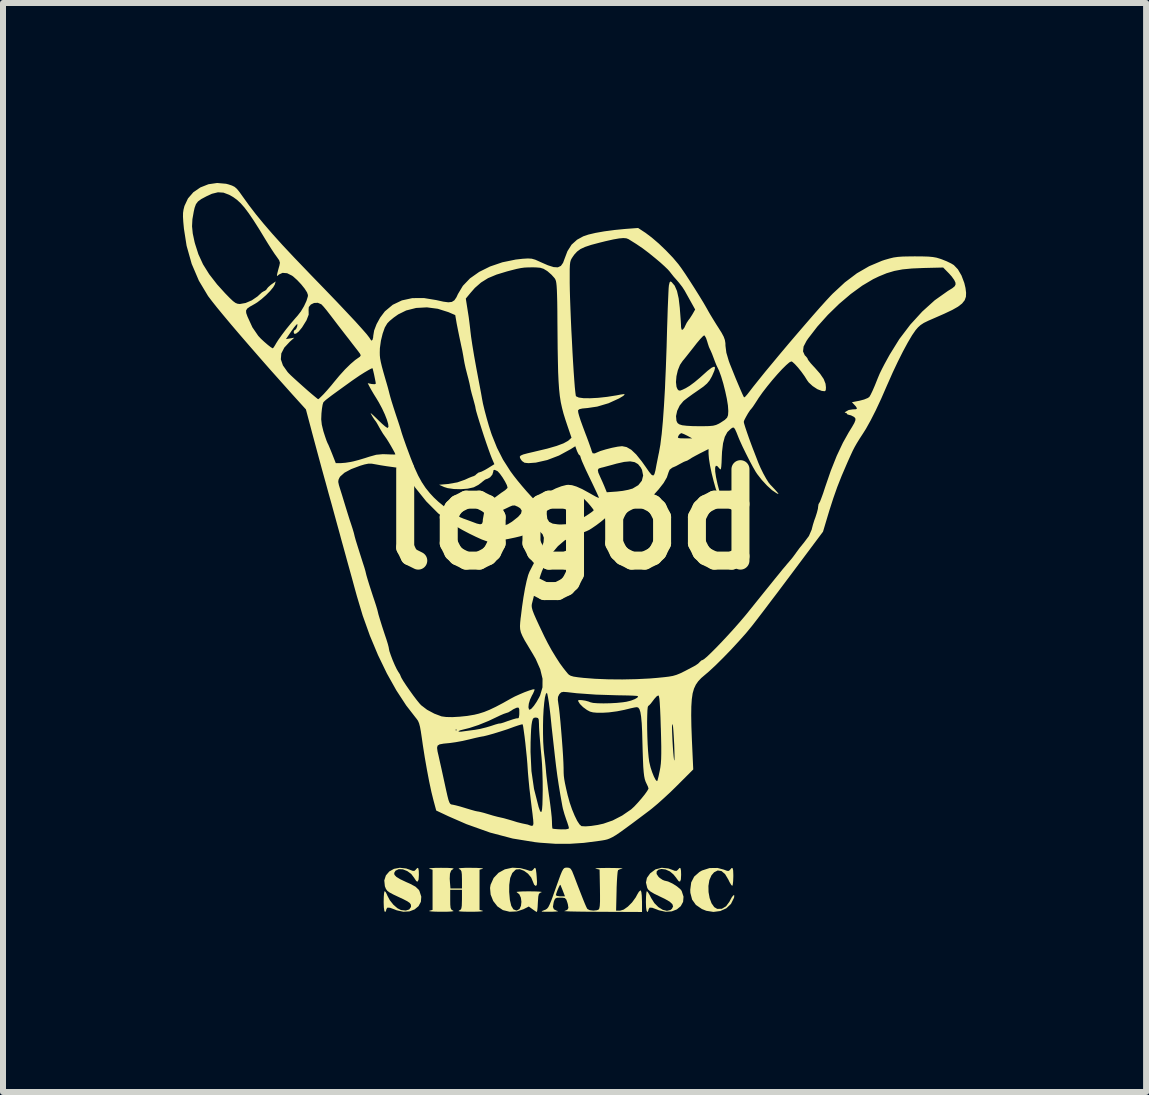
<source format=kicad_pcb>
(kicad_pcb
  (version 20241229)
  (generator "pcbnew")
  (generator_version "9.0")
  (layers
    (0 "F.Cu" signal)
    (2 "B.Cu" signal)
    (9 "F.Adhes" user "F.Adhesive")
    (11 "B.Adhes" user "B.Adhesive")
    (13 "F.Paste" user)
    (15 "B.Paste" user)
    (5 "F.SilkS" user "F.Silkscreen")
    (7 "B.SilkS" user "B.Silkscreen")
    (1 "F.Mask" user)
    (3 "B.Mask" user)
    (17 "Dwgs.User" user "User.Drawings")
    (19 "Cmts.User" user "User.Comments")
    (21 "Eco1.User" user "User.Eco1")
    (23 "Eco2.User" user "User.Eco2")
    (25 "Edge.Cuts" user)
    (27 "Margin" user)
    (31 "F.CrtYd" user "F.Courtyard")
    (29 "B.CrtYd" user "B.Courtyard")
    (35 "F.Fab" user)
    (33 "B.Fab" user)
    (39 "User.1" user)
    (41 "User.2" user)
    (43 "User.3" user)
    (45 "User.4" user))
  (footprint "logod"
    (layer "F.Cu")
    (at 6.498 5.605)
    (property "Reference" "logod" (at 0 0 0) (layer "F.SilkS") (effects (font (size 1.524 1.524) (thickness 0.3))))
    (attr board_only exclude_from_pos_files exclude_from_bom)
    (fp_poly (pts (xy 2.517 5.84) (xy 2.571 5.86) (xy 2.6 5.861) (xy 2.621 5.843) (xy 2.622 5.84) (xy 2.647 5.813) (xy 2.663 5.815) (xy 2.672 5.852) (xy 2.675 5.927) (xy 2.675 5.959) (xy 2.672 6.034) (xy 2.666 6.088) (xy 2.658 6.111) (xy 2.657 6.111) (xy 2.639 6.093) (xy 2.611 6.046) (xy 2.592 6.006) (xy 2.538 5.915) (xy 2.478 5.864) (xy 2.415 5.854) (xy 2.354 5.885) (xy 2.311 5.935) (xy 2.276 6.014) (xy 2.26 6.111) (xy 2.262 6.214) (xy 2.28 6.314) (xy 2.312 6.401) (xy 2.357 6.465) (xy 2.406 6.494) (xy 2.484 6.493) (xy 2.554 6.451) (xy 2.612 6.372) (xy 2.62 6.355) (xy 2.651 6.299) (xy 2.676 6.268) (xy 2.691 6.266) (xy 2.689 6.298) (xy 2.685 6.312) (xy 2.636 6.411) (xy 2.558 6.485) (xy 2.458 6.53) (xy 2.344 6.545) (xy 2.224 6.526) (xy 2.152 6.497) (xy 2.051 6.428) (xy 1.988 6.339) (xy 1.959 6.227) (xy 1.957 6.176) (xy 1.973 6.053) (xy 2.023 5.956) (xy 2.109 5.88) (xy 2.152 5.855) (xy 2.279 5.814) (xy 2.412 5.812)) (stroke (width 0) (type solid)) (fill yes) (layer "F.SilkS"))
    (fp_poly (pts (xy -1.604 5.811) (xy -1.536 5.815) (xy -1.5 5.82) (xy -1.5 5.826) (xy -1.501 5.826) (xy -1.555 5.841) (xy -1.555 6.511) (xy -1.501 6.526) (xy -1.499 6.532) (xy -1.535 6.537) (xy -1.601 6.541) (xy -1.693 6.542) (xy -1.696 6.542) (xy -1.808 6.541) (xy -1.878 6.537) (xy -1.905 6.531) (xy -1.897 6.523) (xy -1.872 6.509) (xy -1.858 6.486) (xy -1.851 6.442) (xy -1.849 6.369) (xy -1.848 6.34) (xy -1.848 6.176) (xy -2.044 6.176) (xy -2.044 6.34) (xy -2.043 6.424) (xy -2.038 6.476) (xy -2.026 6.504) (xy -2.004 6.52) (xy -1.995 6.523) (xy -1.989 6.532) (xy -2.025 6.538) (xy -2.102 6.542) (xy -2.196 6.542) (xy -2.289 6.541) (xy -2.356 6.537) (xy -2.393 6.532) (xy -2.393 6.526) (xy -2.392 6.526) (xy -2.338 6.511) (xy -2.338 5.841) (xy -2.392 5.826) (xy -2.394 5.82) (xy -2.358 5.815) (xy -2.291 5.811) (xy -2.2 5.81) (xy -2.196 5.81) (xy -2.088 5.811) (xy -2.018 5.815) (xy -1.987 5.821) (xy -1.992 5.828) (xy -2.029 5.856) (xy -2.048 5.908) (xy -2.052 5.992) (xy -2.048 6.051) (xy -2.04 6.154) (xy -1.848 6.154) (xy -1.848 6.001) (xy -1.85 5.92) (xy -1.856 5.872) (xy -1.87 5.845) (xy -1.894 5.83) (xy -1.897 5.829) (xy -1.903 5.82) (xy -1.868 5.814) (xy -1.791 5.81) (xy -1.696 5.81)) (stroke (width 0) (type solid)) (fill yes) (layer "F.SilkS"))
    (fp_poly (pts (xy -0.874 5.815) (xy -0.78 5.84) (xy -0.721 5.859) (xy -0.688 5.861) (xy -0.667 5.847) (xy -0.658 5.836) (xy -0.638 5.812) (xy -0.625 5.812) (xy -0.615 5.84) (xy -0.607 5.903) (xy -0.602 5.964) (xy -0.597 6.045) (xy -0.6 6.091) (xy -0.612 6.109) (xy -0.619 6.111) (xy -0.644 6.092) (xy -0.663 6.047) (xy -0.663 6.046) (xy -0.694 5.972) (xy -0.748 5.907) (xy -0.814 5.859) (xy -0.883 5.833) (xy -0.943 5.837) (xy -0.955 5.843) (xy -1.009 5.896) (xy -1.044 5.979) (xy -1.06 6.095) (xy -1.061 6.211) (xy -1.049 6.348) (xy -1.026 6.444) (xy -0.991 6.502) (xy -0.943 6.521) (xy -0.929 6.52) (xy -0.888 6.495) (xy -0.864 6.443) (xy -0.857 6.376) (xy -0.866 6.308) (xy -0.892 6.251) (xy -0.933 6.218) (xy -0.936 6.217) (xy -0.937 6.211) (xy -0.9 6.207) (xy -0.833 6.203) (xy -0.74 6.202) (xy -0.729 6.202) (xy -0.634 6.203) (xy -0.563 6.206) (xy -0.523 6.211) (xy -0.52 6.216) (xy -0.522 6.217) (xy -0.55 6.228) (xy -0.567 6.249) (xy -0.576 6.289) (xy -0.581 6.359) (xy -0.583 6.389) (xy -0.587 6.465) (xy -0.593 6.521) (xy -0.599 6.545) (xy -0.6 6.546) (xy -0.623 6.534) (xy -0.665 6.505) (xy -0.672 6.5) (xy -0.734 6.455) (xy -0.823 6.5) (xy -0.934 6.537) (xy -1.054 6.542) (xy -1.164 6.515) (xy -1.165 6.515) (xy -1.257 6.453) (xy -1.327 6.363) (xy -1.37 6.256) (xy -1.38 6.145) (xy -1.371 6.092) (xy -1.32 5.979) (xy -1.239 5.893) (xy -1.133 5.835) (xy -1.009 5.808)) (stroke (width 0) (type solid)) (fill yes) (layer "F.SilkS"))
    (fp_poly (pts (xy 1.594 5.821) (xy 1.642 5.838) (xy 1.698 5.859) (xy 1.728 5.861) (xy 1.749 5.845) (xy 1.753 5.84) (xy 1.779 5.811) (xy 1.795 5.817) (xy 1.803 5.859) (xy 1.805 5.926) (xy 1.801 6.003) (xy 1.787 6.039) (xy 1.764 6.033) (xy 1.729 5.986) (xy 1.725 5.979) (xy 1.677 5.92) (xy 1.618 5.87) (xy 1.618 5.87) (xy 1.544 5.837) (xy 1.478 5.829) (xy 1.427 5.841) (xy 1.397 5.87) (xy 1.396 5.912) (xy 1.429 5.961) (xy 1.449 5.979) (xy 1.495 6.01) (xy 1.529 6.024) (xy 1.531 6.024) (xy 1.588 6.038) (xy 1.661 6.072) (xy 1.734 6.118) (xy 1.792 6.166) (xy 1.814 6.195) (xy 1.845 6.291) (xy 1.838 6.377) (xy 1.799 6.449) (xy 1.734 6.503) (xy 1.648 6.536) (xy 1.546 6.542) (xy 1.435 6.518) (xy 1.395 6.502) (xy 1.322 6.475) (xy 1.279 6.474) (xy 1.262 6.501) (xy 1.261 6.514) (xy 1.249 6.542) (xy 1.24 6.546) (xy 1.229 6.525) (xy 1.221 6.47) (xy 1.218 6.387) (xy 1.218 6.372) (xy 1.22 6.291) (xy 1.225 6.23) (xy 1.232 6.2) (xy 1.234 6.198) (xy 1.251 6.216) (xy 1.28 6.263) (xy 1.305 6.312) (xy 1.359 6.398) (xy 1.426 6.465) (xy 1.499 6.51) (xy 1.568 6.527) (xy 1.628 6.513) (xy 1.652 6.492) (xy 1.671 6.454) (xy 1.659 6.415) (xy 1.613 6.373) (xy 1.53 6.326) (xy 1.457 6.291) (xy 1.358 6.243) (xy 1.293 6.204) (xy 1.255 6.171) (xy 1.24 6.144) (xy 1.219 6.055) (xy 1.235 5.978) (xy 1.289 5.902) (xy 1.377 5.836) (xy 1.481 5.809)) (stroke (width 0) (type solid)) (fill yes) (layer "F.SilkS"))
    (fp_poly (pts (xy -2.778 5.821) (xy -2.723 5.84) (xy -2.67 5.86) (xy -2.641 5.861) (xy -2.62 5.843) (xy -2.618 5.84) (xy -2.592 5.811) (xy -2.576 5.817) (xy -2.568 5.859) (xy -2.566 5.926) (xy -2.571 6.004) (xy -2.585 6.039) (xy -2.608 6.033) (xy -2.641 5.983) (xy -2.643 5.979) (xy -2.693 5.913) (xy -2.76 5.864) (xy -2.833 5.835) (xy -2.901 5.832) (xy -2.954 5.857) (xy -2.959 5.863) (xy -2.978 5.896) (xy -2.973 5.927) (xy -2.941 5.961) (xy -2.877 6) (xy -2.778 6.047) (xy -2.714 6.075) (xy -2.623 6.124) (xy -2.568 6.176) (xy -2.557 6.195) (xy -2.526 6.291) (xy -2.533 6.377) (xy -2.572 6.449) (xy -2.637 6.503) (xy -2.723 6.536) (xy -2.825 6.542) (xy -2.936 6.518) (xy -2.976 6.502) (xy -3.049 6.475) (xy -3.092 6.474) (xy -3.109 6.501) (xy -3.11 6.514) (xy -3.122 6.542) (xy -3.132 6.546) (xy -3.142 6.525) (xy -3.15 6.47) (xy -3.153 6.387) (xy -3.153 6.372) (xy -3.151 6.291) (xy -3.146 6.23) (xy -3.138 6.2) (xy -3.136 6.198) (xy -3.118 6.216) (xy -3.096 6.261) (xy -3.091 6.274) (xy -3.05 6.351) (xy -2.99 6.426) (xy -2.923 6.484) (xy -2.864 6.514) (xy -2.784 6.522) (xy -2.727 6.504) (xy -2.698 6.463) (xy -2.697 6.447) (xy -2.701 6.42) (xy -2.719 6.395) (xy -2.758 6.368) (xy -2.825 6.333) (xy -2.902 6.297) (xy -2.995 6.253) (xy -3.056 6.22) (xy -3.093 6.192) (xy -3.115 6.162) (xy -3.13 6.124) (xy -3.133 6.116) (xy -3.143 6.02) (xy -3.116 5.937) (xy -3.06 5.871) (xy -2.981 5.827) (xy -2.885 5.809)) (stroke (width 0) (type solid)) (fill yes) (layer "F.SilkS"))
    (fp_poly (pts (xy -0.062 5.81) (xy -0.036 5.826) (xy -0.012 5.865) (xy 0.016 5.935) (xy 0.019 5.942) (xy 0.083 6.11) (xy 0.134 6.241) (xy 0.173 6.34) (xy 0.202 6.411) (xy 0.223 6.459) (xy 0.237 6.487) (xy 0.244 6.497) (xy 0.282 6.516) (xy 0.341 6.523) (xy 0.401 6.517) (xy 0.43 6.506) (xy 0.441 6.487) (xy 0.449 6.444) (xy 0.453 6.372) (xy 0.453 6.265) (xy 0.452 6.164) (xy 0.446 5.839) (xy 0.381 5.825) (xy 0.376 5.82) (xy 0.41 5.816) (xy 0.475 5.813) (xy 0.567 5.812) (xy 0.598 5.812) (xy 0.697 5.813) (xy 0.773 5.815) (xy 0.82 5.818) (xy 0.831 5.821) (xy 0.826 5.822) (xy 0.778 5.836) (xy 0.754 5.849) (xy 0.747 5.876) (xy 0.741 5.938) (xy 0.735 6.027) (xy 0.73 6.137) (xy 0.729 6.195) (xy 0.721 6.524) (xy 0.788 6.524) (xy 0.848 6.506) (xy 0.917 6.457) (xy 0.987 6.387) (xy 1.048 6.303) (xy 1.073 6.256) (xy 1.101 6.209) (xy 1.126 6.187) (xy 1.132 6.188) (xy 1.142 6.214) (xy 1.149 6.272) (xy 1.152 6.352) (xy 1.153 6.373) (xy 1.153 6.546) (xy 0.484 6.543) (xy 0.321 6.542) (xy 0.175 6.541) (xy 0.051 6.539) (xy -0.046 6.537) (xy -0.112 6.534) (xy -0.142 6.532) (xy -0.141 6.53) (xy -0.093 6.511) (xy -0.074 6.479) (xy -0.082 6.422) (xy -0.089 6.396) (xy -0.108 6.34) (xy -0.132 6.314) (xy -0.177 6.307) (xy -0.207 6.307) (xy -0.266 6.309) (xy -0.296 6.325) (xy -0.314 6.365) (xy -0.321 6.393) (xy -0.332 6.461) (xy -0.316 6.501) (xy -0.268 6.525) (xy -0.25 6.53) (xy -0.249 6.535) (xy -0.285 6.539) (xy -0.35 6.542) (xy -0.381 6.542) (xy -0.465 6.542) (xy -0.51 6.54) (xy -0.521 6.535) (xy -0.503 6.526) (xy -0.48 6.517) (xy -0.452 6.506) (xy -0.429 6.49) (xy -0.408 6.464) (xy -0.386 6.42) (xy -0.358 6.353) (xy -0.326 6.266) (xy -0.283 6.266) (xy -0.264 6.278) (xy -0.217 6.285) (xy -0.207 6.285) (xy -0.131 6.285) (xy -0.167 6.192) (xy -0.19 6.135) (xy -0.205 6.098) (xy -0.209 6.092) (xy -0.22 6.104) (xy -0.239 6.143) (xy -0.26 6.193) (xy -0.276 6.239) (xy -0.283 6.266) (xy -0.326 6.266) (xy -0.323 6.256) (xy -0.285 6.149) (xy -0.24 6.023) (xy -0.207 5.933) (xy -0.182 5.872) (xy -0.161 5.834) (xy -0.143 5.815) (xy -0.123 5.808) (xy -0.099 5.806) (xy -0.098 5.806)) (stroke (width 0) (type solid)) (fill yes) (layer "F.SilkS"))
    (fp_poly (pts (xy -5.78 -5.592) (xy -5.738 -5.581) (xy -5.681 -5.562) (xy -5.637 -5.54) (xy -5.598 -5.506) (xy -5.554 -5.451) (xy -5.502 -5.378) (xy -5.396 -5.231) (xy -5.281 -5.081) (xy -5.152 -4.924) (xy -5.007 -4.756) (xy -4.841 -4.572) (xy -4.65 -4.368) (xy -4.432 -4.141) (xy -4.371 -4.077) (xy -4.139 -3.838) (xy -3.937 -3.628) (xy -3.766 -3.447) (xy -3.625 -3.297) (xy -3.516 -3.176) (xy -3.437 -3.086) (xy -3.39 -3.025) (xy -3.374 -2.999) (xy -3.357 -2.977) (xy -3.339 -2.99) (xy -3.328 -3.032) (xy -3.327 -3.055) (xy -3.312 -3.146) (xy -3.271 -3.253) (xy -3.211 -3.362) (xy -3.138 -3.459) (xy -3.131 -3.467) (xy -3.002 -3.575) (xy -2.849 -3.648) (xy -2.675 -3.686) (xy -2.481 -3.687) (xy -2.275 -3.653) (xy -2.158 -3.627) (xy -2.075 -3.616) (xy -2.016 -3.623) (xy -1.974 -3.65) (xy -1.955 -3.678) (xy -1.784 -3.678) (xy -1.752 -3.475) (xy -1.735 -3.367) (xy -1.721 -3.257) (xy -1.71 -3.164) (xy -1.708 -3.142) (xy -1.696 -3.043) (xy -1.675 -2.903) (xy -1.646 -2.727) (xy -1.608 -2.516) (xy -1.566 -2.294) (xy -1.547 -2.194) (xy -1.53 -2.104) (xy -1.518 -2.036) (xy -1.514 -2.012) (xy -1.498 -1.928) (xy -1.471 -1.816) (xy -1.437 -1.688) (xy -1.4 -1.559) (xy -1.362 -1.44) (xy -1.349 -1.403) (xy -1.263 -1.189) (xy -1.164 -0.994) (xy -1.04 -0.8) (xy -0.985 -0.725) (xy -0.918 -0.64) (xy -0.845 -0.552) (xy -0.771 -0.466) (xy -0.702 -0.39) (xy -0.645 -0.329) (xy -0.603 -0.292) (xy -0.587 -0.283) (xy -0.566 -0.301) (xy -0.555 -0.324) (xy -0.524 -0.367) (xy -0.462 -0.417) (xy -0.378 -0.467) (xy -0.285 -0.514) (xy -0.191 -0.55) (xy -0.109 -0.571) (xy -0.078 -0.574) (xy -0.014 -0.568) (xy 0.061 -0.545) (xy 0.155 -0.503) (xy 0.274 -0.438) (xy 0.332 -0.405) (xy 0.388 -0.374) (xy 0.425 -0.358) (xy 0.435 -0.358) (xy 0.426 -0.381) (xy 0.401 -0.437) (xy 0.363 -0.518) (xy 0.316 -0.617) (xy 0.283 -0.685) (xy 0.231 -0.794) (xy 0.218 -0.821) (xy 0.417 -0.821) (xy 0.425 -0.777) (xy 0.455 -0.708) (xy 0.491 -0.629) (xy 0.526 -0.548) (xy 0.531 -0.535) (xy 0.566 -0.45) (xy 0.734 -0.462) (xy 0.831 -0.473) (xy 0.924 -0.491) (xy 0.994 -0.511) (xy 0.995 -0.511) (xy 1.091 -0.568) (xy 1.15 -0.642) (xy 1.172 -0.729) (xy 1.153 -0.823) (xy 1.132 -0.863) (xy 1.087 -0.919) (xy 1.03 -0.952) (xy 0.955 -0.965) (xy 0.856 -0.956) (xy 0.727 -0.927) (xy 0.652 -0.906) (xy 0.574 -0.885) (xy 0.504 -0.866) (xy 0.473 -0.859) (xy 0.432 -0.846) (xy 0.417 -0.821) (xy 0.218 -0.821) (xy 0.187 -0.89) (xy 0.153 -0.967) (xy 0.134 -1.018) (xy 0.13 -1.032) (xy 0.121 -1.061) (xy 0.113 -1.066) (xy 0.095 -1.084) (xy 0.073 -1.129) (xy 0.068 -1.141) (xy 0.041 -1.217) (xy -0.04 -1.166) (xy -0.231 -1.062) (xy -0.427 -0.987) (xy -0.617 -0.944) (xy -0.74 -0.935) (xy -0.805 -0.942) (xy -0.846 -0.97) (xy -0.862 -0.991) (xy -0.88 -1.021) (xy -0.884 -1.044) (xy -0.868 -1.062) (xy -0.827 -1.08) (xy -0.756 -1.099) (xy -0.649 -1.124) (xy -0.625 -1.13) (xy -0.427 -1.177) (xy -0.271 -1.222) (xy -0.156 -1.265) (xy -0.083 -1.305) (xy -0.071 -1.314) (xy -0.022 -1.359) (xy -0.087 -1.549) (xy -0.124 -1.66) (xy -0.155 -1.76) (xy -0.18 -1.856) (xy -0.201 -1.952) (xy -0.217 -2.055) (xy -0.229 -2.169) (xy -0.238 -2.301) (xy -0.245 -2.454) (xy -0.249 -2.636) (xy -0.253 -2.85) (xy -0.255 -3.073) (xy -0.257 -3.293) (xy -0.258 -3.474) (xy -0.26 -3.619) (xy -0.263 -3.734) (xy -0.266 -3.822) (xy -0.27 -3.888) (xy -0.275 -3.935) (xy -0.281 -3.969) (xy -0.289 -3.992) (xy -0.299 -4.011) (xy -0.309 -4.024) (xy -0.353 -4.073) (xy -0.052 -4.073) (xy -0.052 -3.941) (xy -0.052 -3.938) (xy -0.05 -3.818) (xy -0.046 -3.674) (xy -0.04 -3.512) (xy -0.033 -3.338) (xy -0.025 -3.156) (xy -0.015 -2.972) (xy -0.006 -2.791) (xy 0.004 -2.618) (xy 0.014 -2.458) (xy 0.024 -2.318) (xy 0.033 -2.202) (xy 0.042 -2.115) (xy 0.049 -2.063) (xy 0.053 -2.05) (xy 0.098 -2.029) (xy 0.179 -2.018) (xy 0.289 -2.017) (xy 0.422 -2.024) (xy 0.57 -2.04) (xy 0.728 -2.065) (xy 0.799 -2.079) (xy 0.852 -2.086) (xy 0.865 -2.079) (xy 0.839 -2.055) (xy 0.774 -2.016) (xy 0.773 -2.015) (xy 0.596 -1.934) (xy 0.407 -1.878) (xy 0.245 -1.854) (xy 0.159 -1.846) (xy 0.11 -1.835) (xy 0.089 -1.819) (xy 0.087 -1.809) (xy 0.091 -1.775) (xy 0.105 -1.723) (xy 0.129 -1.648) (xy 0.167 -1.543) (xy 0.219 -1.404) (xy 0.223 -1.395) (xy 0.258 -1.301) (xy 0.287 -1.22) (xy 0.307 -1.163) (xy 0.313 -1.14) (xy 0.33 -1.1) (xy 0.365 -1.097) (xy 0.392 -1.109) (xy 0.458 -1.137) (xy 0.55 -1.165) (xy 0.652 -1.191) (xy 0.747 -1.21) (xy 0.819 -1.218) (xy 0.822 -1.218) (xy 0.896 -1.203) (xy 0.974 -1.158) (xy 1.057 -1.079) (xy 1.15 -0.963) (xy 1.209 -0.88) (xy 1.27 -0.792) (xy 1.312 -0.741) (xy 1.34 -0.728) (xy 1.36 -0.752) (xy 1.377 -0.815) (xy 1.393 -0.902) (xy 1.411 -0.992) (xy 1.429 -1.083) (xy 1.435 -1.109) (xy 1.459 -1.243) (xy 1.474 -1.367) (xy 1.751 -1.367) (xy 1.76 -1.354) (xy 1.796 -1.349) (xy 1.864 -1.348) (xy 1.989 -1.348) (xy 1.908 -1.392) (xy 1.853 -1.419) (xy 1.813 -1.434) (xy 1.806 -1.435) (xy 1.78 -1.418) (xy 1.761 -1.392) (xy 1.751 -1.367) (xy 1.474 -1.367) (xy 1.481 -1.419) (xy 1.501 -1.635) (xy 1.519 -1.89) (xy 1.536 -2.183) (xy 1.54 -2.287) (xy 1.719 -2.287) (xy 1.728 -2.207) (xy 1.745 -2.167) (xy 1.764 -2.148) (xy 1.788 -2.144) (xy 1.828 -2.159) (xy 1.882 -2.185) (xy 1.947 -2.224) (xy 2.029 -2.285) (xy 2.114 -2.356) (xy 2.154 -2.392) (xy 2.248 -2.476) (xy 2.315 -2.527) (xy 2.356 -2.544) (xy 2.371 -2.527) (xy 2.359 -2.476) (xy 2.322 -2.391) (xy 2.314 -2.375) (xy 2.279 -2.314) (xy 2.237 -2.263) (xy 2.177 -2.211) (xy 2.09 -2.15) (xy 2.08 -2.143) (xy 1.996 -2.085) (xy 1.919 -2.029) (xy 1.86 -1.984) (xy 1.842 -1.969) (xy 1.781 -1.895) (xy 1.739 -1.807) (xy 1.72 -1.719) (xy 1.727 -1.641) (xy 1.745 -1.604) (xy 1.773 -1.583) (xy 1.822 -1.567) (xy 1.899 -1.558) (xy 2.007 -1.552) (xy 2.154 -1.551) (xy 2.169 -1.551) (xy 2.268 -1.553) (xy 2.337 -1.559) (xy 2.388 -1.572) (xy 2.436 -1.594) (xy 2.466 -1.612) (xy 2.533 -1.656) (xy 2.571 -1.693) (xy 2.587 -1.735) (xy 2.591 -1.796) (xy 2.591 -1.812) (xy 2.585 -1.898) (xy 2.567 -2.009) (xy 2.54 -2.134) (xy 2.508 -2.261) (xy 2.473 -2.378) (xy 2.438 -2.475) (xy 2.409 -2.535) (xy 2.394 -2.566) (xy 2.37 -2.625) (xy 2.347 -2.687) (xy 2.32 -2.758) (xy 2.296 -2.813) (xy 2.284 -2.838) (xy 2.269 -2.871) (xy 2.25 -2.929) (xy 2.24 -2.963) (xy 2.22 -3.022) (xy 2.198 -3.059) (xy 2.188 -3.065) (xy 2.166 -3.048) (xy 2.124 -3.004) (xy 2.068 -2.938) (xy 2.012 -2.866) (xy 1.948 -2.785) (xy 1.892 -2.714) (xy 1.851 -2.663) (xy 1.831 -2.64) (xy 1.786 -2.573) (xy 1.75 -2.483) (xy 1.727 -2.384) (xy 1.719 -2.287) (xy 1.54 -2.287) (xy 1.55 -2.512) (xy 1.563 -2.876) (xy 1.566 -2.988) (xy 1.571 -3.176) (xy 1.577 -3.354) (xy 1.582 -3.516) (xy 1.588 -3.656) (xy 1.593 -3.77) (xy 1.597 -3.851) (xy 1.601 -3.894) (xy 1.601 -3.896) (xy 1.613 -3.948) (xy 1.627 -3.964) (xy 1.646 -3.954) (xy 1.697 -3.894) (xy 1.736 -3.805) (xy 1.764 -3.682) (xy 1.783 -3.521) (xy 1.784 -3.504) (xy 1.792 -3.399) (xy 1.799 -3.306) (xy 1.803 -3.236) (xy 1.804 -3.202) (xy 1.813 -3.161) (xy 1.832 -3.159) (xy 1.859 -3.194) (xy 1.871 -3.22) (xy 1.898 -3.275) (xy 1.923 -3.312) (xy 1.923 -3.313) (xy 1.949 -3.347) (xy 1.984 -3.401) (xy 1.994 -3.417) (xy 2.039 -3.496) (xy 1.974 -3.613) (xy 1.93 -3.692) (xy 1.887 -3.769) (xy 1.865 -3.809) (xy 1.825 -3.871) (xy 1.769 -3.943) (xy 1.735 -3.983) (xy 1.681 -4.044) (xy 1.635 -4.102) (xy 1.614 -4.129) (xy 1.584 -4.163) (xy 1.528 -4.217) (xy 1.455 -4.283) (xy 1.38 -4.346) (xy 1.263 -4.441) (xy 1.161 -4.518) (xy 1.056 -4.589) (xy 0.931 -4.667) (xy 0.926 -4.67) (xy 0.891 -4.683) (xy 0.841 -4.687) (xy 0.771 -4.681) (xy 0.674 -4.664) (xy 0.545 -4.635) (xy 0.441 -4.609) (xy 0.305 -4.573) (xy 0.203 -4.539) (xy 0.128 -4.504) (xy 0.071 -4.462) (xy 0.024 -4.411) (xy 0.005 -4.384) (xy -0.017 -4.351) (xy -0.033 -4.321) (xy -0.043 -4.286) (xy -0.049 -4.238) (xy -0.052 -4.17) (xy -0.052 -4.073) (xy -0.353 -4.073) (xy -0.358 -4.078) (xy -0.421 -4.133) (xy -0.436 -4.143) (xy -0.489 -4.175) (xy -0.544 -4.192) (xy -0.617 -4.198) (xy -0.666 -4.199) (xy -0.744 -4.198) (xy -0.807 -4.195) (xy -0.866 -4.187) (xy -0.935 -4.173) (xy -1.026 -4.15) (xy -1.098 -4.131) (xy -1.272 -4.078) (xy -1.413 -4.019) (xy -1.53 -3.946) (xy -1.633 -3.856) (xy -1.704 -3.775) (xy -1.784 -3.678) (xy -1.955 -3.678) (xy -1.94 -3.7) (xy -1.915 -3.754) (xy -1.833 -3.891) (xy -1.714 -4.015) (xy -1.561 -4.123) (xy -1.38 -4.213) (xy -1.175 -4.283) (xy -0.951 -4.329) (xy -0.834 -4.342) (xy -0.748 -4.347) (xy -0.684 -4.343) (xy -0.625 -4.326) (xy -0.549 -4.292) (xy -0.541 -4.288) (xy -0.415 -4.233) (xy -0.32 -4.203) (xy -0.25 -4.199) (xy -0.199 -4.223) (xy -0.163 -4.274) (xy -0.144 -4.325) (xy -0.09 -4.468) (xy -0.021 -4.577) (xy 0.07 -4.659) (xy 0.174 -4.716) (xy 0.259 -4.745) (xy 0.378 -4.773) (xy 0.525 -4.799) (xy 0.689 -4.821) (xy 0.863 -4.838) (xy 0.887 -4.84) (xy 1.088 -4.855) (xy 1.213 -4.773) (xy 1.315 -4.696) (xy 1.433 -4.595) (xy 1.554 -4.479) (xy 1.668 -4.36) (xy 1.76 -4.251) (xy 1.808 -4.186) (xy 1.873 -4.091) (xy 1.947 -3.978) (xy 2.027 -3.853) (xy 2.106 -3.727) (xy 2.178 -3.609) (xy 2.237 -3.507) (xy 2.26 -3.465) (xy 2.292 -3.41) (xy 2.34 -3.331) (xy 2.395 -3.242) (xy 2.424 -3.197) (xy 2.48 -3.108) (xy 2.515 -3.042) (xy 2.534 -2.989) (xy 2.543 -2.936) (xy 2.544 -2.892) (xy 2.559 -2.776) (xy 2.6 -2.637) (xy 2.618 -2.588) (xy 2.666 -2.469) (xy 2.713 -2.352) (xy 2.759 -2.243) (xy 2.799 -2.149) (xy 2.83 -2.079) (xy 2.85 -2.038) (xy 2.854 -2.031) (xy 2.872 -2.041) (xy 2.906 -2.079) (xy 2.942 -2.125) (xy 3.008 -2.211) (xy 3.097 -2.322) (xy 3.204 -2.455) (xy 3.327 -2.603) (xy 3.459 -2.762) (xy 3.597 -2.926) (xy 3.737 -3.09) (xy 3.873 -3.248) (xy 4.002 -3.397) (xy 4.119 -3.53) (xy 4.22 -3.642) (xy 4.3 -3.728) (xy 4.331 -3.76) (xy 4.535 -3.949) (xy 4.735 -4.1) (xy 4.939 -4.218) (xy 5.152 -4.308) (xy 5.197 -4.323) (xy 5.277 -4.346) (xy 5.346 -4.363) (xy 5.417 -4.373) (xy 5.501 -4.379) (xy 5.61 -4.381) (xy 5.698 -4.382) (xy 5.828 -4.381) (xy 5.926 -4.378) (xy 6.001 -4.371) (xy 6.063 -4.36) (xy 6.122 -4.342) (xy 6.151 -4.332) (xy 6.233 -4.299) (xy 6.307 -4.263) (xy 6.35 -4.237) (xy 6.418 -4.166) (xy 6.478 -4.063) (xy 6.525 -3.939) (xy 6.545 -3.855) (xy 6.555 -3.775) (xy 6.552 -3.708) (xy 6.531 -3.65) (xy 6.488 -3.596) (xy 6.42 -3.543) (xy 6.323 -3.488) (xy 6.192 -3.426) (xy 6.035 -3.357) (xy 5.927 -3.31) (xy 5.851 -3.273) (xy 5.796 -3.237) (xy 5.754 -3.199) (xy 5.714 -3.153) (xy 5.654 -3.066) (xy 5.583 -2.946) (xy 5.503 -2.798) (xy 5.418 -2.629) (xy 5.332 -2.447) (xy 5.248 -2.257) (xy 5.242 -2.244) (xy 5.141 -2.012) (xy 5.049 -1.815) (xy 4.965 -1.65) (xy 4.886 -1.508) (xy 4.84 -1.435) (xy 4.779 -1.341) (xy 4.734 -1.268) (xy 4.698 -1.205) (xy 4.665 -1.141) (xy 4.629 -1.063) (xy 4.583 -0.961) (xy 4.567 -0.924) (xy 4.481 -0.724) (xy 4.408 -0.539) (xy 4.342 -0.352) (xy 4.276 -0.147) (xy 4.248 -0.054) (xy 4.17 0.207) (xy 3.658 0.892) (xy 3.537 1.053) (xy 3.418 1.212) (xy 3.303 1.363) (xy 3.199 1.501) (xy 3.108 1.62) (xy 3.035 1.715) (xy 2.983 1.782) (xy 2.982 1.783) (xy 2.884 1.902) (xy 2.766 2.034) (xy 2.638 2.173) (xy 2.507 2.308) (xy 2.382 2.432) (xy 2.27 2.536) (xy 2.202 2.594) (xy 2.141 2.646) (xy 2.091 2.699) (xy 2.051 2.756) (xy 2.02 2.822) (xy 1.997 2.902) (xy 1.983 3) (xy 1.975 3.121) (xy 1.973 3.269) (xy 1.976 3.449) (xy 1.984 3.666) (xy 1.99 3.797) (xy 2.007 4.17) (xy 1.737 4.44) (xy 1.633 4.542) (xy 1.522 4.645) (xy 1.415 4.741) (xy 1.323 4.818) (xy 1.283 4.85) (xy 1.118 4.974) (xy 0.983 5.075) (xy 0.874 5.155) (xy 0.788 5.217) (xy 0.719 5.264) (xy 0.663 5.297) (xy 0.616 5.32) (xy 0.574 5.336) (xy 0.533 5.346) (xy 0.487 5.354) (xy 0.446 5.36) (xy 0.184 5.394) (xy -0.057 5.41) (xy -0.296 5.409) (xy -0.551 5.391) (xy -0.631 5.382) (xy -1.001 5.322) (xy -1.381 5.222) (xy -1.773 5.082) (xy -2.073 4.951) (xy -2.277 4.855) (xy -2.323 4.684) (xy -2.358 4.543) (xy -2.395 4.369) (xy -2.432 4.174) (xy -2.468 3.969) (xy -2.493 3.81) (xy -2.263 3.81) (xy -2.255 3.87) (xy -2.237 3.947) (xy -2.216 4.042) (xy -2.189 4.162) (xy -2.161 4.29) (xy -2.141 4.382) (xy -2.112 4.515) (xy -2.09 4.612) (xy -2.073 4.678) (xy -2.058 4.719) (xy -2.044 4.742) (xy -2.028 4.753) (xy -2.007 4.757) (xy -2 4.758) (xy -1.954 4.768) (xy -1.881 4.787) (xy -1.795 4.813) (xy -1.779 4.818) (xy -1.696 4.843) (xy -1.628 4.862) (xy -1.585 4.871) (xy -1.58 4.871) (xy -1.545 4.878) (xy -1.482 4.894) (xy -1.412 4.915) (xy -1.329 4.94) (xy -1.253 4.96) (xy -1.208 4.97) (xy -1.151 4.983) (xy -1.073 5.005) (xy -1.011 5.023) (xy -0.928 5.049) (xy -0.848 5.069) (xy -0.805 5.078) (xy -0.752 5.089) (xy -0.722 5.1) (xy -0.72 5.101) (xy -0.692 5.11) (xy -0.68 5.11) (xy -0.663 5.102) (xy -0.657 5.07) (xy -0.661 5.006) (xy -0.664 4.985) (xy -0.672 4.911) (xy -0.685 4.809) (xy -0.699 4.694) (xy -0.709 4.61) (xy -0.724 4.484) (xy -0.737 4.349) (xy -0.748 4.225) (xy -0.752 4.164) (xy -0.758 4.075) (xy -0.767 3.968) (xy -0.779 3.852) (xy -0.78 3.843) (xy -0.705 3.843) (xy -0.705 3.882) (xy -0.69 4.198) (xy -0.647 4.494) (xy -0.573 4.785) (xy -0.572 4.791) (xy -0.551 4.851) (xy -0.535 4.88) (xy -0.522 4.875) (xy -0.513 4.834) (xy -0.507 4.756) (xy -0.504 4.638) (xy -0.502 4.511) (xy -0.503 4.373) (xy -0.507 4.227) (xy -0.513 4.089) (xy -0.521 3.978) (xy -0.536 3.816) (xy -0.547 3.69) (xy -0.555 3.595) (xy -0.56 3.522) (xy -0.563 3.466) (xy -0.564 3.432) (xy -0.497 3.432) (xy -0.497 3.572) (xy -0.494 3.709) (xy -0.486 3.834) (xy -0.478 3.91) (xy -0.465 4.014) (xy -0.454 4.121) (xy -0.446 4.208) (xy -0.446 4.214) (xy -0.439 4.283) (xy -0.427 4.382) (xy -0.412 4.5) (xy -0.395 4.622) (xy -0.392 4.639) (xy -0.376 4.758) (xy -0.362 4.872) (xy -0.352 4.968) (xy -0.348 5.035) (xy -0.348 5.043) (xy -0.346 5.105) (xy -0.342 5.147) (xy -0.339 5.156) (xy -0.314 5.161) (xy -0.258 5.166) (xy -0.197 5.169) (xy -0.115 5.168) (xy -0.073 5.159) (xy -0.065 5.147) (xy -0.073 5.114) (xy -0.092 5.055) (xy -0.111 5.002) (xy -0.14 4.915) (xy -0.165 4.826) (xy -0.174 4.784) (xy -0.208 4.594) (xy -0.235 4.43) (xy -0.258 4.277) (xy -0.279 4.119) (xy -0.3 3.939) (xy -0.305 3.893) (xy -0.32 3.759) (xy -0.334 3.633) (xy -0.346 3.526) (xy -0.355 3.446) (xy -0.359 3.403) (xy -0.372 3.277) (xy -0.386 3.158) (xy -0.4 3.052) (xy -0.407 3.009) (xy -0.25 3.009) (xy -0.24 3.083) (xy -0.239 3.088) (xy -0.23 3.152) (xy -0.219 3.25) (xy -0.207 3.374) (xy -0.195 3.514) (xy -0.183 3.661) (xy -0.172 3.808) (xy -0.163 3.944) (xy -0.157 4.06) (xy -0.154 4.149) (xy -0.154 4.163) (xy -0.153 4.225) (xy -0.15 4.279) (xy -0.143 4.333) (xy -0.131 4.4) (xy -0.112 4.489) (xy -0.084 4.609) (xy -0.083 4.61) (xy -0.052 4.723) (xy -0.013 4.836) (xy 0.03 4.94) (xy 0.072 5.026) (xy 0.112 5.087) (xy 0.144 5.115) (xy 0.146 5.115) (xy 0.211 5.119) (xy 0.305 5.112) (xy 0.416 5.095) (xy 0.51 5.074) (xy 0.663 5.021) (xy 0.822 4.939) (xy 0.969 4.838) (xy 0.973 4.835) (xy 1.023 4.789) (xy 1.082 4.726) (xy 1.143 4.656) (xy 1.198 4.588) (xy 1.239 4.53) (xy 1.26 4.493) (xy 1.261 4.487) (xy 1.252 4.457) (xy 1.229 4.408) (xy 1.228 4.406) (xy 1.212 4.371) (xy 1.199 4.331) (xy 1.189 4.281) (xy 1.181 4.215) (xy 1.174 4.128) (xy 1.169 4.013) (xy 1.164 3.865) (xy 1.16 3.719) (xy 1.155 3.538) (xy 1.148 3.396) (xy 1.146 3.378) (xy 1.238 3.378) (xy 1.239 3.497) (xy 1.242 3.623) (xy 1.247 3.748) (xy 1.254 3.864) (xy 1.263 3.964) (xy 1.273 4.041) (xy 1.275 4.05) (xy 1.295 4.134) (xy 1.322 4.216) (xy 1.351 4.288) (xy 1.378 4.34) (xy 1.4 4.364) (xy 1.408 4.362) (xy 1.415 4.339) (xy 1.429 4.285) (xy 1.445 4.209) (xy 1.448 4.195) (xy 1.459 4.136) (xy 1.467 4.072) (xy 1.472 3.997) (xy 1.474 3.904) (xy 1.474 3.786) (xy 1.471 3.638) (xy 1.467 3.485) (xy 1.466 3.468) (xy 1.653 3.468) (xy 1.655 3.549) (xy 1.66 3.668) (xy 1.667 3.791) (xy 1.674 3.886) (xy 1.681 3.962) (xy 1.687 4.01) (xy 1.691 4.023) (xy 1.694 4.003) (xy 1.695 3.947) (xy 1.693 3.863) (xy 1.69 3.759) (xy 1.688 3.726) (xy 1.682 3.617) (xy 1.676 3.524) (xy 1.67 3.456) (xy 1.665 3.421) (xy 1.663 3.418) (xy 1.656 3.425) (xy 1.653 3.468) (xy 1.466 3.468) (xy 1.461 3.305) (xy 1.455 3.166) (xy 1.449 3.063) (xy 1.443 2.992) (xy 1.435 2.951) (xy 1.426 2.936) (xy 1.425 2.936) (xy 1.397 2.952) (xy 1.359 2.994) (xy 1.337 3.023) (xy 1.299 3.073) (xy 1.268 3.105) (xy 1.258 3.11) (xy 1.249 3.13) (xy 1.243 3.187) (xy 1.24 3.272) (xy 1.238 3.378) (xy 1.146 3.378) (xy 1.138 3.289) (xy 1.126 3.214) (xy 1.11 3.165) (xy 1.09 3.139) (xy 1.066 3.132) (xy 1.03 3.137) (xy 0.965 3.151) (xy 0.883 3.171) (xy 0.859 3.177) (xy 0.738 3.201) (xy 0.602 3.219) (xy 0.5 3.225) (xy 0.403 3.225) (xy 0.336 3.219) (xy 0.286 3.206) (xy 0.239 3.181) (xy 0.234 3.178) (xy 0.17 3.131) (xy 0.118 3.079) (xy 0.09 3.034) (xy 0.087 3.02) (xy 0.105 3.013) (xy 0.151 3.015) (xy 0.209 3.024) (xy 0.264 3.039) (xy 0.294 3.051) (xy 0.337 3.061) (xy 0.413 3.067) (xy 0.511 3.069) (xy 0.621 3.067) (xy 0.731 3.061) (xy 0.831 3.051) (xy 0.892 3.042) (xy 0.969 3.023) (xy 1.033 2.998) (xy 1.076 2.973) (xy 1.087 2.951) (xy 1.085 2.948) (xy 1.061 2.944) (xy 1.001 2.94) (xy 0.913 2.937) (xy 0.804 2.935) (xy 0.738 2.934) (xy 0.387 2.923) (xy 0.066 2.9) (xy -0.092 2.882) (xy -0.156 2.877) (xy -0.194 2.885) (xy -0.22 2.91) (xy -0.228 2.921) (xy -0.247 2.961) (xy -0.25 3.009) (xy -0.407 3.009) (xy -0.414 2.968) (xy -0.425 2.912) (xy -0.433 2.892) (xy -0.45 2.913) (xy -0.465 2.97) (xy -0.477 3.058) (xy -0.487 3.168) (xy -0.494 3.295) (xy -0.497 3.432) (xy -0.564 3.432) (xy -0.564 3.419) (xy -0.565 3.398) (xy -0.568 3.34) (xy -0.581 3.313) (xy -0.61 3.306) (xy -0.618 3.305) (xy -0.649 3.31) (xy -0.667 3.329) (xy -0.68 3.375) (xy -0.689 3.431) (xy -0.695 3.498) (xy -0.7 3.598) (xy -0.704 3.717) (xy -0.705 3.843) (xy -0.78 3.843) (xy -0.791 3.735) (xy -0.804 3.625) (xy -0.817 3.531) (xy -0.827 3.46) (xy -0.835 3.422) (xy -0.837 3.418) (xy -0.86 3.421) (xy -0.913 3.437) (xy -0.984 3.461) (xy -0.994 3.465) (xy -1.096 3.502) (xy -1.208 3.538) (xy -1.318 3.572) (xy -1.414 3.599) (xy -1.486 3.617) (xy -1.506 3.62) (xy -1.55 3.628) (xy -1.622 3.644) (xy -1.708 3.665) (xy -1.729 3.67) (xy -1.837 3.695) (xy -1.953 3.716) (xy -2.052 3.73) (xy -2.054 3.73) (xy -2.155 3.74) (xy -2.22 3.752) (xy -2.254 3.773) (xy -2.263 3.81) (xy -2.493 3.81) (xy -2.5 3.765) (xy -2.514 3.666) (xy -2.532 3.546) (xy -2.534 3.531) (xy -1.905 3.531) (xy -1.901 3.54) (xy -1.86 3.54) (xy -1.838 3.537) (xy -1.763 3.527) (xy -1.673 3.515) (xy -1.633 3.51) (xy -1.548 3.495) (xy -1.447 3.47) (xy -1.366 3.446) (xy -1.294 3.422) (xy -1.241 3.407) (xy -1.218 3.404) (xy -1.218 3.404) (xy -1.199 3.402) (xy -1.15 3.387) (xy -1.081 3.362) (xy -1.074 3.36) (xy -1 3.335) (xy -0.942 3.319) (xy -0.912 3.317) (xy -0.911 3.318) (xy -0.9 3.306) (xy -0.893 3.262) (xy -0.892 3.229) (xy -0.893 3.169) (xy -0.902 3.142) (xy -0.923 3.139) (xy -0.941 3.143) (xy -0.996 3.169) (xy -1.025 3.189) (xy -1.076 3.219) (xy -1.105 3.228) (xy -1.152 3.244) (xy -1.215 3.271) (xy -1.233 3.28) (xy -1.404 3.361) (xy -1.571 3.429) (xy -1.723 3.479) (xy -1.811 3.501) (xy -1.874 3.517) (xy -1.905 3.531) (xy -2.534 3.531) (xy -2.538 3.512) (xy -1.957 3.512) (xy -1.946 3.523) (xy -1.935 3.512) (xy -1.946 3.501) (xy -1.957 3.512) (xy -2.538 3.512) (xy -2.547 3.461) (xy -2.563 3.401) (xy -2.581 3.359) (xy -2.605 3.325) (xy -2.611 3.318) (xy -2.777 3.104) (xy -2.941 2.853) (xy -3.099 2.571) (xy -3.247 2.265) (xy -3.383 1.94) (xy -3.503 1.604) (xy -3.599 1.283) (xy -3.638 1.142) (xy -3.682 0.98) (xy -3.727 0.818) (xy -3.764 0.685) (xy -3.797 0.564) (xy -3.829 0.448) (xy -3.857 0.347) (xy -3.877 0.273) (xy -3.88 0.261) (xy -3.893 0.214) (xy -3.908 0.159) (xy -3.927 0.091) (xy -3.951 0.003) (xy -3.982 -0.11) (xy -4.021 -0.253) (xy -4.071 -0.431) (xy -4.078 -0.457) (xy -4.123 -0.622) (xy -3.91 -0.622) (xy -3.899 -0.57) (xy -3.877 -0.498) (xy -3.847 -0.403) (xy -3.813 -0.291) (xy -3.784 -0.196) (xy -3.753 -0.096) (xy -3.721 0.006) (xy -3.694 0.087) (xy -3.67 0.161) (xy -3.651 0.225) (xy -3.644 0.253) (xy -3.635 0.291) (xy -3.617 0.355) (xy -3.588 0.448) (xy -3.548 0.575) (xy -3.498 0.732) (xy -3.474 0.806) (xy -3.457 0.865) (xy -3.45 0.895) (xy -3.441 0.932) (xy -3.421 1.001) (xy -3.394 1.089) (xy -3.362 1.188) (xy -3.33 1.287) (xy -3.302 1.37) (xy -3.278 1.444) (xy -3.259 1.508) (xy -3.252 1.536) (xy -3.24 1.586) (xy -3.215 1.67) (xy -3.18 1.783) (xy -3.136 1.917) (xy -3.107 2.003) (xy -3.085 2.074) (xy -3.07 2.131) (xy -3.066 2.155) (xy -3.058 2.196) (xy -3.035 2.264) (xy -3.004 2.346) (xy -2.969 2.428) (xy -2.936 2.497) (xy -2.91 2.542) (xy -2.882 2.585) (xy -2.871 2.612) (xy -2.858 2.642) (xy -2.825 2.698) (xy -2.777 2.771) (xy -2.72 2.853) (xy -2.66 2.937) (xy -2.603 3.012) (xy -2.555 3.071) (xy -2.528 3.1) (xy -2.43 3.175) (xy -2.309 3.24) (xy -2.187 3.286) (xy -2.186 3.286) (xy -2.111 3.296) (xy -2.007 3.298) (xy -1.886 3.291) (xy -1.76 3.278) (xy -1.641 3.258) (xy -1.567 3.24) (xy -1.478 3.212) (xy -1.387 3.175) (xy -1.284 3.126) (xy -1.161 3.061) (xy -1.033 2.989) (xy -0.967 2.954) (xy -0.887 2.918) (xy -0.805 2.883) (xy -0.729 2.855) (xy -0.671 2.837) (xy -0.64 2.833) (xy -0.639 2.834) (xy -0.642 2.857) (xy -0.663 2.905) (xy -0.683 2.941) (xy -0.714 3.008) (xy -0.734 3.075) (xy -0.74 3.133) (xy -0.731 3.169) (xy -0.719 3.175) (xy -0.69 3.157) (xy -0.649 3.11) (xy -0.604 3.044) (xy -0.561 2.968) (xy -0.545 2.935) (xy -0.506 2.802) (xy -0.505 2.658) (xy -0.543 2.501) (xy -0.619 2.328) (xy -0.671 2.238) (xy -0.746 2.113) (xy -0.803 2.018) (xy -0.841 1.945) (xy -0.866 1.886) (xy -0.878 1.833) (xy -0.881 1.78) (xy -0.877 1.717) (xy -0.869 1.638) (xy -0.868 1.637) (xy -0.847 1.465) (xy -0.844 1.444) (xy -0.686 1.444) (xy -0.682 1.478) (xy -0.67 1.522) (xy -0.647 1.582) (xy -0.612 1.662) (xy -0.563 1.768) (xy -0.497 1.907) (xy -0.473 1.957) (xy -0.418 2.065) (xy -0.353 2.183) (xy -0.283 2.298) (xy -0.218 2.399) (xy -0.164 2.473) (xy -0.162 2.476) (xy -0.127 2.52) (xy -0.09 2.566) (xy -0.066 2.591) (xy -0.035 2.609) (xy 0.014 2.623) (xy 0.088 2.634) (xy 0.177 2.644) (xy 0.37 2.659) (xy 0.591 2.668) (xy 0.826 2.67) (xy 1.062 2.665) (xy 1.283 2.654) (xy 1.404 2.644) (xy 1.516 2.633) (xy 1.6 2.623) (xy 1.668 2.611) (xy 1.729 2.593) (xy 1.793 2.567) (xy 1.87 2.529) (xy 1.971 2.476) (xy 2.042 2.438) (xy 2.089 2.406) (xy 2.116 2.378) (xy 2.146 2.351) (xy 2.159 2.348) (xy 2.187 2.332) (xy 2.238 2.289) (xy 2.308 2.222) (xy 2.393 2.137) (xy 2.487 2.039) (xy 2.586 1.933) (xy 2.686 1.823) (xy 2.781 1.715) (xy 2.867 1.614) (xy 2.904 1.569) (xy 3.057 1.379) (xy 3.185 1.22) (xy 3.291 1.089) (xy 3.377 0.982) (xy 3.446 0.898) (xy 3.499 0.832) (xy 3.541 0.783) (xy 3.572 0.745) (xy 3.596 0.718) (xy 3.6 0.713) (xy 3.655 0.648) (xy 3.711 0.573) (xy 3.724 0.554) (xy 3.778 0.481) (xy 3.837 0.408) (xy 3.851 0.391) (xy 3.935 0.279) (xy 3.981 0.173) (xy 3.988 0.144) (xy 4.002 0.091) (xy 4.025 0.017) (xy 4.044 -0.034) (xy 4.068 -0.109) (xy 4.085 -0.175) (xy 4.088 -0.206) (xy 4.095 -0.251) (xy 4.106 -0.27) (xy 4.12 -0.294) (xy 4.142 -0.351) (xy 4.172 -0.433) (xy 4.204 -0.531) (xy 4.206 -0.537) (xy 4.3 -0.81) (xy 4.399 -1.058) (xy 4.502 -1.276) (xy 4.597 -1.446) (xy 4.655 -1.54) (xy 4.692 -1.605) (xy 4.709 -1.648) (xy 4.711 -1.676) (xy 4.698 -1.696) (xy 4.685 -1.707) (xy 4.636 -1.732) (xy 4.605 -1.739) (xy 4.573 -1.75) (xy 4.567 -1.763) (xy 4.552 -1.775) (xy 4.54 -1.771) (xy 4.531 -1.772) (xy 4.548 -1.793) (xy 4.598 -1.821) (xy 4.662 -1.831) (xy 4.72 -1.834) (xy 4.737 -1.848) (xy 4.717 -1.881) (xy 4.696 -1.904) (xy 4.652 -1.951) (xy 4.78 -1.976) (xy 4.855 -1.996) (xy 4.916 -2.021) (xy 4.942 -2.039) (xy 4.964 -2.076) (xy 4.996 -2.142) (xy 5.032 -2.225) (xy 5.047 -2.262) (xy 5.083 -2.352) (xy 5.115 -2.428) (xy 5.151 -2.502) (xy 5.194 -2.585) (xy 5.251 -2.689) (xy 5.282 -2.745) (xy 5.442 -3.003) (xy 5.625 -3.244) (xy 5.824 -3.462) (xy 6.032 -3.65) (xy 6.245 -3.801) (xy 6.257 -3.809) (xy 6.327 -3.852) (xy 6.365 -3.884) (xy 6.379 -3.912) (xy 6.378 -3.943) (xy 6.357 -3.988) (xy 6.314 -4.048) (xy 6.27 -4.097) (xy 6.173 -4.196) (xy 5.843 -4.188) (xy 5.653 -4.18) (xy 5.496 -4.165) (xy 5.359 -4.139) (xy 5.231 -4.101) (xy 5.102 -4.048) (xy 5.006 -4.002) (xy 4.824 -3.894) (xy 4.632 -3.754) (xy 4.438 -3.589) (xy 4.25 -3.406) (xy 4.076 -3.212) (xy 3.923 -3.014) (xy 3.895 -2.973) (xy 3.846 -2.879) (xy 3.837 -2.798) (xy 3.866 -2.733) (xy 3.883 -2.717) (xy 3.91 -2.685) (xy 3.914 -2.67) (xy 3.929 -2.646) (xy 3.966 -2.599) (xy 4.019 -2.541) (xy 4.029 -2.531) (xy 4.121 -2.426) (xy 4.181 -2.338) (xy 4.212 -2.259) (xy 4.219 -2.199) (xy 4.216 -2.15) (xy 4.199 -2.134) (xy 4.155 -2.139) (xy 4.148 -2.14) (xy 4.076 -2.168) (xy 3.997 -2.22) (xy 3.932 -2.28) (xy 3.905 -2.317) (xy 3.863 -2.384) (xy 3.81 -2.458) (xy 3.754 -2.528) (xy 3.701 -2.586) (xy 3.66 -2.623) (xy 3.642 -2.631) (xy 3.609 -2.615) (xy 3.556 -2.569) (xy 3.487 -2.501) (xy 3.408 -2.415) (xy 3.324 -2.318) (xy 3.24 -2.215) (xy 3.162 -2.114) (xy 3.095 -2.019) (xy 3.077 -1.99) (xy 3.034 -1.924) (xy 3 -1.873) (xy 2.981 -1.849) (xy 2.981 -1.848) (xy 2.954 -1.817) (xy 2.919 -1.764) (xy 2.885 -1.704) (xy 2.858 -1.652) (xy 2.849 -1.623) (xy 2.856 -1.592) (xy 2.875 -1.53) (xy 2.903 -1.447) (xy 2.936 -1.352) (xy 2.971 -1.256) (xy 3.004 -1.168) (xy 3.019 -1.131) (xy 3.038 -1.081) (xy 3.066 -1.009) (xy 3.09 -0.946) (xy 3.128 -0.858) (xy 3.174 -0.764) (xy 3.222 -0.677) (xy 3.265 -0.609) (xy 3.293 -0.575) (xy 3.321 -0.546) (xy 3.365 -0.499) (xy 3.382 -0.48) (xy 3.419 -0.437) (xy 3.429 -0.421) (xy 3.411 -0.426) (xy 3.394 -0.435) (xy 3.32 -0.485) (xy 3.236 -0.562) (xy 3.15 -0.655) (xy 3.074 -0.752) (xy 3.048 -0.791) (xy 3.002 -0.871) (xy 2.945 -0.977) (xy 2.885 -1.096) (xy 2.828 -1.213) (xy 2.782 -1.314) (xy 2.763 -1.359) (xy 2.728 -1.447) (xy 2.704 -1.5) (xy 2.686 -1.525) (xy 2.668 -1.529) (xy 2.645 -1.516) (xy 2.636 -1.51) (xy 2.576 -1.453) (xy 2.533 -1.374) (xy 2.504 -1.267) (xy 2.487 -1.126) (xy 2.483 -1.048) (xy 2.479 -0.943) (xy 2.474 -0.875) (xy 2.468 -0.839) (xy 2.46 -0.83) (xy 2.447 -0.841) (xy 2.443 -0.847) (xy 2.406 -0.888) (xy 2.383 -0.891) (xy 2.372 -0.859) (xy 2.373 -0.795) (xy 2.387 -0.701) (xy 2.413 -0.581) (xy 2.451 -0.438) (xy 2.488 -0.31) (xy 2.505 -0.251) (xy 2.506 -0.228) (xy 2.494 -0.24) (xy 2.471 -0.284) (xy 2.439 -0.356) (xy 2.418 -0.407) (xy 2.382 -0.51) (xy 2.347 -0.634) (xy 2.314 -0.766) (xy 2.287 -0.895) (xy 2.269 -1.008) (xy 2.262 -1.092) (xy 2.262 -1.094) (xy 2.262 -1.17) (xy 2.121 -1.099) (xy 2.047 -1.06) (xy 1.985 -1.026) (xy 1.949 -1.002) (xy 1.948 -1.002) (xy 1.906 -0.977) (xy 1.887 -0.971) (xy 1.851 -0.957) (xy 1.798 -0.929) (xy 1.783 -0.921) (xy 1.721 -0.887) (xy 1.666 -0.863) (xy 1.658 -0.86) (xy 1.614 -0.826) (xy 1.597 -0.787) (xy 1.567 -0.697) (xy 1.513 -0.604) (xy 1.431 -0.499) (xy 1.381 -0.443) (xy 1.25 -0.301) (xy 1.107 -0.295) (xy 1.008 -0.286) (xy 0.92 -0.27) (xy 0.851 -0.25) (xy 0.811 -0.228) (xy 0.805 -0.216) (xy 0.788 -0.196) (xy 0.783 -0.196) (xy 0.754 -0.183) (xy 0.703 -0.149) (xy 0.639 -0.102) (xy 0.574 -0.05) (xy 0.519 -0.001) (xy 0.466 0.043) (xy 0.393 0.098) (xy 0.317 0.15) (xy 0.274 0.177) (xy 0.232 0.197) (xy 0.153 0.228) (xy 0.042 0.27) (xy -0.028 0.295) (xy -0.138 0.354) (xy -0.248 0.448) (xy -0.351 0.57) (xy -0.442 0.71) (xy -0.514 0.862) (xy -0.541 0.939) (xy -0.562 1.006) (xy -0.59 1.085) (xy -0.599 1.109) (xy -0.622 1.177) (xy -0.639 1.235) (xy -0.643 1.25) (xy -0.654 1.299) (xy -0.671 1.366) (xy -0.675 1.382) (xy -0.683 1.413) (xy -0.686 1.444) (xy -0.844 1.444) (xy -0.823 1.301) (xy -0.797 1.152) (xy -0.77 1.026) (xy -0.744 0.929) (xy -0.722 0.873) (xy -0.694 0.819) (xy -0.653 0.739) (xy -0.605 0.648) (xy -0.58 0.6) (xy -0.52 0.477) (xy -0.488 0.382) (xy -0.483 0.308) (xy -0.505 0.249) (xy -0.555 0.199) (xy -0.592 0.174) (xy -0.638 0.149) (xy -0.664 0.147) (xy -0.689 0.171) (xy -0.698 0.182) (xy -0.743 0.223) (xy -0.806 0.26) (xy -0.819 0.266) (xy -0.877 0.284) (xy -0.964 0.305) (xy -1.069 0.327) (xy -1.18 0.348) (xy -1.282 0.364) (xy -1.363 0.374) (xy -1.392 0.375) (xy -1.44 0.365) (xy -1.518 0.337) (xy -1.615 0.293) (xy -1.726 0.239) (xy -1.84 0.179) (xy -1.95 0.116) (xy -2.038 0.06) (xy -2.244 -0.098) (xy -2.443 -0.298) (xy -2.633 -0.535) (xy -2.812 -0.808) (xy -2.816 -0.815) (xy -2.846 -0.838) (xy -2.909 -0.857) (xy -3.001 -0.87) (xy -3.102 -0.884) (xy -3.204 -0.9) (xy -3.28 -0.914) (xy -3.349 -0.926) (xy -3.406 -0.927) (xy -3.471 -0.914) (xy -3.542 -0.893) (xy -3.694 -0.836) (xy -3.806 -0.776) (xy -3.877 -0.713) (xy -3.89 -0.693) (xy -3.906 -0.658) (xy -3.91 -0.622) (xy -4.123 -0.622) (xy -4.128 -0.639) (xy -4.184 -0.842) (xy -4.241 -1.052) (xy -4.296 -1.256) (xy -4.345 -1.439) (xy -4.369 -1.53) (xy -4.405 -1.665) (xy -4.194 -1.665) (xy -4.184 -1.575) (xy -4.159 -1.472) (xy -4.154 -1.455) (xy -4.128 -1.375) (xy -4.106 -1.311) (xy -4.091 -1.275) (xy -4.09 -1.272) (xy -4.075 -1.243) (xy -4.05 -1.184) (xy -4.019 -1.108) (xy -4.013 -1.093) (xy -3.951 -0.935) (xy -3.862 -0.936) (xy -3.788 -0.942) (xy -3.699 -0.956) (xy -3.653 -0.966) (xy -3.566 -0.989) (xy -3.463 -1.02) (xy -3.392 -1.043) (xy -3.277 -1.075) (xy -3.167 -1.085) (xy -3.104 -1.083) (xy -3.031 -1.08) (xy -2.978 -1.079) (xy -2.958 -1.081) (xy -2.958 -1.082) (xy -2.968 -1.107) (xy -2.995 -1.157) (xy -3.031 -1.221) (xy -3.07 -1.287) (xy -3.106 -1.344) (xy -3.131 -1.379) (xy -3.132 -1.381) (xy -3.164 -1.426) (xy -3.203 -1.491) (xy -3.221 -1.522) (xy -3.253 -1.58) (xy -3.277 -1.621) (xy -3.284 -1.631) (xy -3.304 -1.657) (xy -3.333 -1.7) (xy -3.358 -1.743) (xy -3.371 -1.769) (xy -3.371 -1.77) (xy -3.357 -1.76) (xy -3.319 -1.726) (xy -3.265 -1.674) (xy -3.242 -1.651) (xy -3.18 -1.592) (xy -3.128 -1.547) (xy -3.094 -1.524) (xy -3.088 -1.522) (xy -3.073 -1.54) (xy -3.078 -1.588) (xy -3.099 -1.66) (xy -3.134 -1.749) (xy -3.18 -1.848) (xy -3.235 -1.95) (xy -3.274 -2.015) (xy -3.32 -2.089) (xy -3.362 -2.161) (xy -3.382 -2.197) (xy -3.419 -2.268) (xy -3.351 -2.254) (xy -3.305 -2.251) (xy -3.284 -2.259) (xy -3.284 -2.261) (xy -3.288 -2.289) (xy -3.299 -2.344) (xy -3.312 -2.409) (xy -3.326 -2.469) (xy -3.336 -2.509) (xy -3.339 -2.517) (xy -3.359 -2.512) (xy -3.407 -2.486) (xy -3.475 -2.446) (xy -3.554 -2.396) (xy -3.636 -2.34) (xy -3.678 -2.311) (xy -3.821 -2.208) (xy -3.933 -2.127) (xy -4.017 -2.066) (xy -4.077 -2.02) (xy -4.118 -1.988) (xy -4.143 -1.965) (xy -4.157 -1.95) (xy -4.16 -1.945) (xy -4.171 -1.908) (xy -4.182 -1.842) (xy -4.19 -1.765) (xy -4.194 -1.665) (xy -4.405 -1.665) (xy -4.449 -1.831) (xy -4.678 -2.084) (xy -4.862 -2.29) (xy -5.045 -2.495) (xy -5.195 -2.666) (xy -4.867 -2.666) (xy -4.832 -2.564) (xy -4.755 -2.455) (xy -4.737 -2.435) (xy -4.702 -2.4) (xy -4.645 -2.347) (xy -4.574 -2.283) (xy -4.496 -2.213) (xy -4.418 -2.144) (xy -4.347 -2.083) (xy -4.289 -2.035) (xy -4.253 -2.006) (xy -4.243 -2.001) (xy -4.225 -2.015) (xy -4.187 -2.052) (xy -4.154 -2.085) (xy -4.095 -2.15) (xy -4.027 -2.229) (xy -3.981 -2.286) (xy -3.891 -2.394) (xy -3.797 -2.498) (xy -3.706 -2.587) (xy -3.628 -2.654) (xy -3.594 -2.678) (xy -3.548 -2.71) (xy -3.535 -2.734) (xy -3.549 -2.761) (xy -3.549 -2.762) (xy -3.564 -2.781) (xy -3.218 -2.781) (xy -3.217 -2.731) (xy -3.212 -2.681) (xy -3.201 -2.622) (xy -3.183 -2.546) (xy -3.156 -2.447) (xy -3.118 -2.315) (xy -3.107 -2.278) (xy -3.084 -2.198) (xy -3.066 -2.13) (xy -3.056 -2.09) (xy -3.044 -2.045) (xy -3.021 -1.966) (xy -2.988 -1.861) (xy -2.948 -1.738) (xy -2.91 -1.625) (xy -2.886 -1.551) (xy -2.867 -1.49) (xy -2.859 -1.462) (xy -2.848 -1.426) (xy -2.826 -1.36) (xy -2.796 -1.275) (xy -2.776 -1.218) (xy -2.703 -1.022) (xy -2.639 -0.861) (xy -2.578 -0.728) (xy -2.517 -0.617) (xy -2.453 -0.521) (xy -2.382 -0.433) (xy -2.316 -0.362) (xy -2.239 -0.29) (xy -2.147 -0.215) (xy -2.05 -0.142) (xy -1.956 -0.079) (xy -1.875 -0.032) (xy -1.817 -0.008) (xy -1.816 -0.008) (xy -1.785 0.003) (xy -1.728 0.024) (xy -1.685 0.04) (xy -1.599 0.072) (xy -1.544 0.084) (xy -1.514 0.074) (xy -1.502 0.042) (xy -1.502 0.037) (xy -1.343 0.037) (xy -1.339 0.056) (xy -1.326 0.088) (xy -1.3 0.103) (xy -1.248 0.108) (xy -1.217 0.109) (xy -1.145 0.104) (xy -1.085 0.084) (xy -1.016 0.042) (xy -1 0.03) (xy -0.912 -0.04) (xy -0.87 -0.088) (xy -0.435 -0.088) (xy -0.426 -0.009) (xy -0.395 0.043) (xy -0.335 0.073) (xy -0.243 0.086) (xy -0.195 0.087) (xy -0.084 0.081) (xy 0.002 0.061) (xy 0.05 0.041) (xy 0.122 0.002) (xy 0.197 -0.042) (xy 0.266 -0.086) (xy 0.319 -0.123) (xy 0.346 -0.147) (xy 0.348 -0.151) (xy 0.335 -0.172) (xy 0.3 -0.217) (xy 0.251 -0.275) (xy 0.248 -0.278) (xy 0.177 -0.35) (xy 0.115 -0.385) (xy 0.052 -0.386) (xy -0.023 -0.355) (xy -0.054 -0.337) (xy -0.113 -0.304) (xy -0.161 -0.285) (xy -0.174 -0.283) (xy -0.211 -0.274) (xy -0.271 -0.251) (xy -0.321 -0.229) (xy -0.385 -0.197) (xy -0.419 -0.171) (xy -0.433 -0.139) (xy -0.435 -0.088) (xy -0.87 -0.088) (xy -0.863 -0.097) (xy -0.852 -0.144) (xy -0.878 -0.184) (xy -0.916 -0.208) (xy -0.967 -0.23) (xy -1.008 -0.228) (xy -1.052 -0.21) (xy -1.114 -0.18) (xy -1.191 -0.145) (xy -1.222 -0.13) (xy -1.301 -0.084) (xy -1.34 -0.03) (xy -1.343 0.037) (xy -1.502 0.037) (xy -1.5 0.005) (xy -1.478 -0.118) (xy -1.416 -0.238) (xy -1.317 -0.349) (xy -1.184 -0.447) (xy -1.18 -0.449) (xy -1.126 -0.486) (xy -1.093 -0.518) (xy -1.088 -0.529) (xy -1.1 -0.57) (xy -1.131 -0.631) (xy -1.172 -0.698) (xy -1.215 -0.758) (xy -1.251 -0.798) (xy -1.26 -0.804) (xy -1.304 -0.824) (xy -1.323 -0.817) (xy -1.327 -0.79) (xy -1.342 -0.743) (xy -1.379 -0.699) (xy -1.421 -0.675) (xy -1.429 -0.674) (xy -1.463 -0.66) (xy -1.508 -0.625) (xy -1.515 -0.618) (xy -1.574 -0.573) (xy -1.647 -0.535) (xy -1.658 -0.531) (xy -1.752 -0.51) (xy -1.866 -0.501) (xy -1.983 -0.504) (xy -2.087 -0.519) (xy -2.145 -0.537) (xy -2.229 -0.575) (xy -2.077 -0.588) (xy -1.924 -0.615) (xy -1.799 -0.659) (xy -1.731 -0.69) (xy -1.678 -0.711) (xy -1.655 -0.718) (xy -1.627 -0.732) (xy -1.609 -0.75) (xy -1.573 -0.778) (xy -1.554 -0.783) (xy -1.521 -0.794) (xy -1.465 -0.822) (xy -1.417 -0.85) (xy -1.308 -0.918) (xy -1.348 -1.011) (xy -1.373 -1.075) (xy -1.406 -1.166) (xy -1.444 -1.275) (xy -1.484 -1.394) (xy -1.523 -1.515) (xy -1.559 -1.629) (xy -1.589 -1.727) (xy -1.611 -1.803) (xy -1.621 -1.846) (xy -1.621 -1.848) (xy -1.628 -1.886) (xy -1.645 -1.949) (xy -1.662 -2.012) (xy -1.685 -2.093) (xy -1.704 -2.168) (xy -1.711 -2.207) (xy -1.722 -2.261) (xy -1.741 -2.34) (xy -1.764 -2.427) (xy -1.764 -2.428) (xy -1.787 -2.518) (xy -1.806 -2.605) (xy -1.817 -2.667) (xy -1.827 -2.727) (xy -1.843 -2.814) (xy -1.864 -2.91) (xy -1.869 -2.935) (xy -1.892 -3.043) (xy -1.915 -3.156) (xy -1.934 -3.252) (xy -1.936 -3.262) (xy -1.96 -3.403) (xy -2.073 -3.452) (xy -2.25 -3.508) (xy -2.432 -3.532) (xy -2.612 -3.522) (xy -2.778 -3.48) (xy -2.91 -3.415) (xy -2.985 -3.362) (xy -3.053 -3.306) (xy -3.092 -3.266) (xy -3.134 -3.196) (xy -3.17 -3.094) (xy -3.199 -2.976) (xy -3.216 -2.852) (xy -3.218 -2.781) (xy -3.564 -2.781) (xy -3.572 -2.793) (xy -3.617 -2.851) (xy -3.676 -2.927) (xy -3.744 -3.016) (xy -3.761 -3.037) (xy -3.84 -3.139) (xy -3.921 -3.244) (xy -3.994 -3.34) (xy -4.05 -3.413) (xy -4.051 -3.414) (xy -4.105 -3.484) (xy -4.154 -3.543) (xy -4.188 -3.579) (xy -4.192 -3.583) (xy -4.251 -3.608) (xy -4.313 -3.605) (xy -4.367 -3.579) (xy -4.401 -3.537) (xy -4.405 -3.483) (xy -4.404 -3.479) (xy -4.403 -3.41) (xy -4.439 -3.317) (xy -4.51 -3.202) (xy -4.518 -3.191) (xy -4.57 -3.128) (xy -4.614 -3.094) (xy -4.643 -3.091) (xy -4.654 -3.121) (xy -4.643 -3.15) (xy -4.633 -3.153) (xy -4.613 -3.171) (xy -4.596 -3.209) (xy -4.59 -3.244) (xy -4.594 -3.253) (xy -4.61 -3.241) (xy -4.643 -3.202) (xy -4.687 -3.142) (xy -4.693 -3.133) (xy -4.782 -3.003) (xy -4.713 -3.014) (xy -4.643 -3.026) (xy -4.717 -2.96) (xy -4.809 -2.861) (xy -4.859 -2.764) (xy -4.867 -2.666) (xy -5.195 -2.666) (xy -5.222 -2.697) (xy -5.392 -2.892) (xy -5.551 -3.076) (xy -5.696 -3.246) (xy -5.824 -3.399) (xy -5.932 -3.53) (xy -6.016 -3.636) (xy -6.075 -3.714) (xy -6.079 -3.719) (xy -6.233 -3.976) (xy -6.353 -4.257) (xy -6.438 -4.559) (xy -6.482 -4.841) (xy -6.486 -4.883) (xy -6.347 -4.883) (xy -6.335 -4.762) (xy -6.305 -4.622) (xy -6.298 -4.595) (xy -6.241 -4.417) (xy -6.164 -4.249) (xy -6.061 -4.084) (xy -5.929 -3.914) (xy -5.796 -3.767) (xy -5.719 -3.688) (xy -5.664 -3.636) (xy -5.623 -3.606) (xy -5.588 -3.592) (xy -5.551 -3.588) (xy -5.549 -3.588) (xy -5.454 -3.605) (xy -5.351 -3.649) (xy -5.256 -3.714) (xy -5.228 -3.74) (xy -5.183 -3.781) (xy -5.147 -3.803) (xy -5.14 -3.805) (xy -5.111 -3.823) (xy -5.104 -3.836) (xy -5.079 -3.867) (xy -5.034 -3.907) (xy -5.023 -3.915) (xy -4.953 -3.964) (xy -4.968 -3.912) (xy -4.994 -3.867) (xy -5.045 -3.805) (xy -5.113 -3.736) (xy -5.188 -3.67) (xy -5.26 -3.615) (xy -5.302 -3.589) (xy -5.382 -3.544) (xy -5.428 -3.511) (xy -5.447 -3.478) (xy -5.444 -3.437) (xy -5.423 -3.378) (xy -5.341 -3.199) (xy -5.243 -3.056) (xy -5.241 -3.054) (xy -5.199 -3.009) (xy -5.144 -2.958) (xy -5.086 -2.908) (xy -5.036 -2.869) (xy -5.005 -2.85) (xy -5.002 -2.849) (xy -4.985 -2.866) (xy -4.958 -2.91) (xy -4.947 -2.93) (xy -4.909 -2.99) (xy -4.85 -3.073) (xy -4.778 -3.168) (xy -4.699 -3.265) (xy -4.623 -3.354) (xy -4.589 -3.392) (xy -4.533 -3.464) (xy -4.481 -3.551) (xy -4.44 -3.639) (xy -4.417 -3.713) (xy -4.415 -3.737) (xy -4.43 -3.781) (xy -4.47 -3.844) (xy -4.528 -3.916) (xy -4.594 -3.986) (xy -4.662 -4.047) (xy -4.682 -4.061) (xy -4.762 -4.101) (xy -4.838 -4.107) (xy -4.899 -4.079) (xy -4.903 -4.075) (xy -4.927 -4.054) (xy -4.932 -4.066) (xy -4.925 -4.102) (xy -4.907 -4.172) (xy -4.891 -4.228) (xy -4.882 -4.275) (xy -4.895 -4.317) (xy -4.932 -4.37) (xy -4.969 -4.421) (xy -5.02 -4.498) (xy -5.078 -4.589) (xy -5.118 -4.654) (xy -5.228 -4.835) (xy -5.322 -4.983) (xy -5.403 -5.102) (xy -5.473 -5.195) (xy -5.537 -5.268) (xy -5.599 -5.325) (xy -5.661 -5.37) (xy -5.728 -5.408) (xy -5.728 -5.408) (xy -5.823 -5.444) (xy -5.915 -5.45) (xy -6.016 -5.425) (xy -6.107 -5.383) (xy -6.193 -5.337) (xy -6.248 -5.297) (xy -6.282 -5.252) (xy -6.304 -5.192) (xy -6.318 -5.131) (xy -6.341 -5) (xy -6.347 -4.883) (xy -6.486 -4.883) (xy -6.493 -4.957) (xy -6.498 -5.041) (xy -6.497 -5.106) (xy -6.489 -5.161) (xy -6.474 -5.22) (xy -6.473 -5.223) (xy -6.415 -5.347) (xy -6.325 -5.451) (xy -6.208 -5.531) (xy -6.074 -5.584) (xy -5.929 -5.605)) (stroke (width 0) (type solid)) (fill yes) (layer "F.SilkS")))
  (gr_rect
    (start -3 -3)
    (end 16.053 15.151)
    (stroke (width 0.1) (type default))
    (fill no)
    (layer "Edge.Cuts")))
</source>
